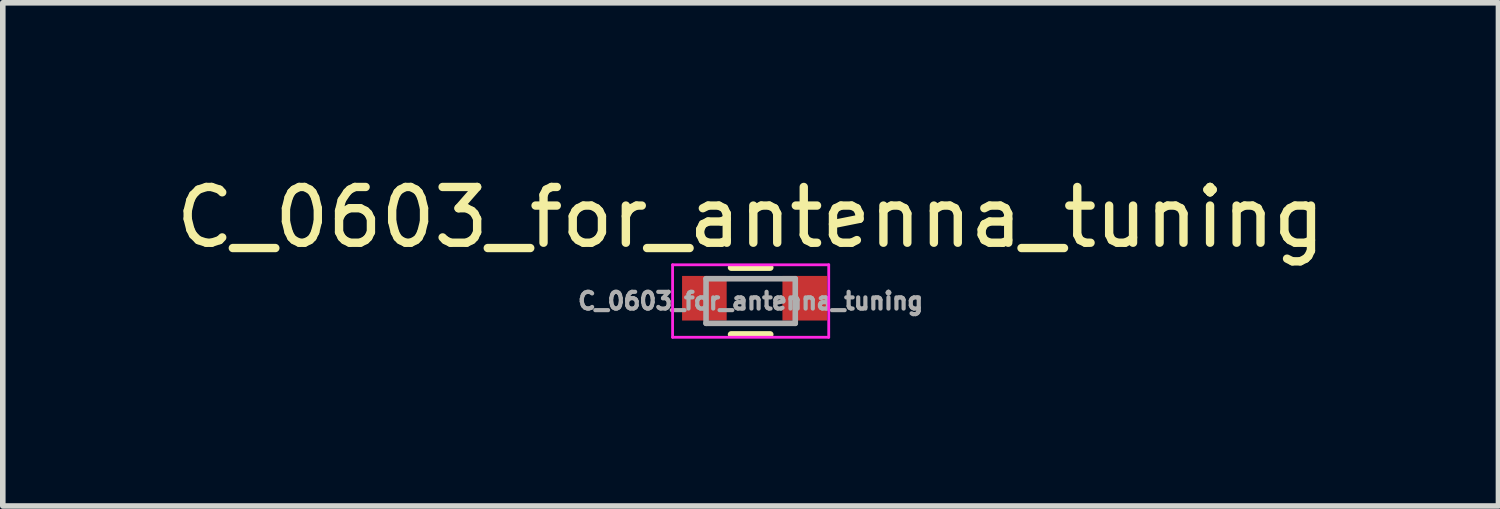
<source format=kicad_pcb>
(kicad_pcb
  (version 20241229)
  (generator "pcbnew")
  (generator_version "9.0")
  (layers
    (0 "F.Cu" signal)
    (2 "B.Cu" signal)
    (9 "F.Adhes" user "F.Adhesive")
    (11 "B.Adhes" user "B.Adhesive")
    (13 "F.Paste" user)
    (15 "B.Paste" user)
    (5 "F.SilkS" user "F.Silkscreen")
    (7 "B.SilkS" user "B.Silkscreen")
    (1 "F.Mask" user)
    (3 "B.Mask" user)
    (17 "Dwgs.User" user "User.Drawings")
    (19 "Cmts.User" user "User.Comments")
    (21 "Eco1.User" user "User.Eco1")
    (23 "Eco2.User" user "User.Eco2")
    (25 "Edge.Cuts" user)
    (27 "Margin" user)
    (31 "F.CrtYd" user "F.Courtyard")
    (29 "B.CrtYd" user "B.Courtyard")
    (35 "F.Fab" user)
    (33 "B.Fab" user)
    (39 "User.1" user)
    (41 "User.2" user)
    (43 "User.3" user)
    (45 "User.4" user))
  (footprint "C_0603_for_antenna_tuning"
    (layer "F.Cu")
    (at 10.411 2.348)
    (property "Reference" "C_0603_for_antenna_tuning" (at 0 -1.5 0) (layer "F.SilkS") (effects (font (size 1 1) (thickness 0.15))))
    (attr through_hole)
    (fp_line (start -0.35 -0.6) (end 0.35 -0.6) (stroke (width 0.12) (type solid)) (layer "F.SilkS"))
    (fp_line (start 0.35 0.6) (end -0.35 0.6) (stroke (width 0.12) (type solid)) (layer "F.SilkS"))
    (fp_line (start -1.4 -0.65) (end -1.4 0.65) (stroke (width 0.05) (type solid)) (layer "F.CrtYd"))
    (fp_line (start -1.4 -0.65) (end 1.4 -0.65) (stroke (width 0.05) (type solid)) (layer "F.CrtYd"))
    (fp_line (start 1.4 0.65) (end -1.4 0.65) (stroke (width 0.05) (type solid)) (layer "F.CrtYd"))
    (fp_line (start 1.4 0.65) (end 1.4 -0.65) (stroke (width 0.05) (type solid)) (layer "F.CrtYd"))
    (fp_line (start -0.8 -0.4) (end 0.8 -0.4) (stroke (width 0.1) (type solid)) (layer "F.Fab"))
    (fp_line (start -0.8 0.4) (end -0.8 -0.4) (stroke (width 0.1) (type solid)) (layer "F.Fab"))
    (fp_line (start 0.8 -0.4) (end 0.8 0.4) (stroke (width 0.1) (type solid)) (layer "F.Fab"))
    (fp_line (start 0.8 0.4) (end -0.8 0.4) (stroke (width 0.1) (type solid)) (layer "F.Fab"))
    (fp_text user "${REFERENCE}" (at 0 0 0) (layer "F.Fab") (effects (font (size 0.3 0.3) (thickness 0.075))))
    (pad "1" smd rect (at -0.83 -0.05) (size 0.8 0.8) (layers "F.Cu" "F.Mask"))
    (pad "2" smd rect (at 0.97 -0.05) (size 0.8 0.8) (layers "F.Cu" "F.Mask")))
  (gr_rect
    (start -3 -3)
    (end 23.821 6.023)
    (stroke (width 0.1) (type default))
    (fill no)
    (layer "Edge.Cuts")))
</source>
